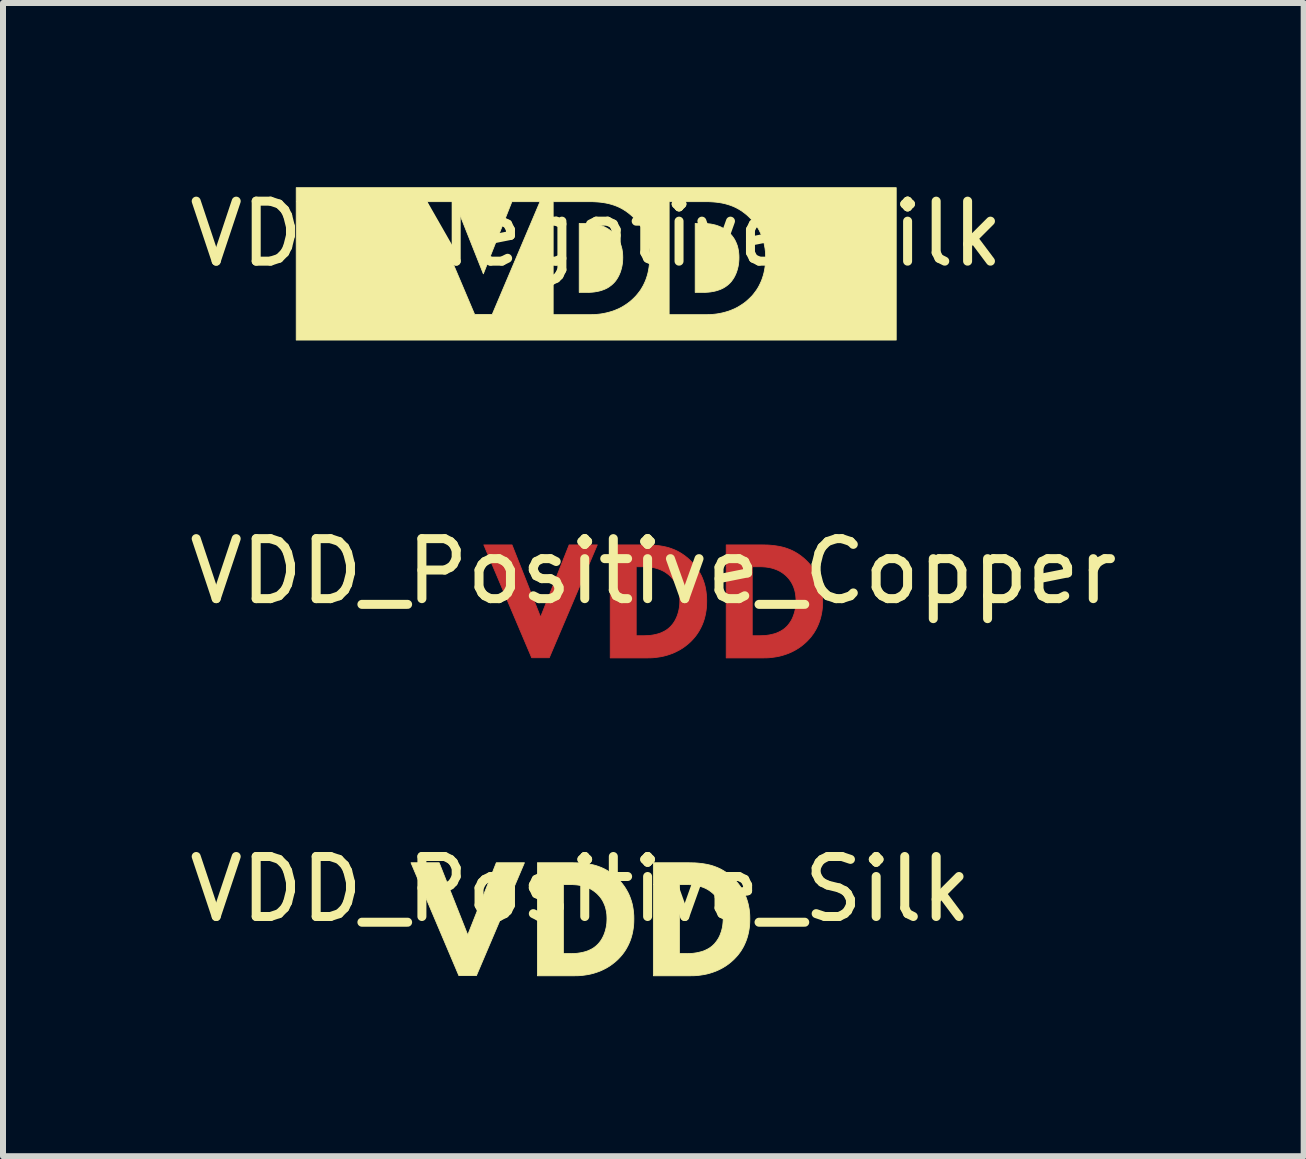
<source format=kicad_pcb>
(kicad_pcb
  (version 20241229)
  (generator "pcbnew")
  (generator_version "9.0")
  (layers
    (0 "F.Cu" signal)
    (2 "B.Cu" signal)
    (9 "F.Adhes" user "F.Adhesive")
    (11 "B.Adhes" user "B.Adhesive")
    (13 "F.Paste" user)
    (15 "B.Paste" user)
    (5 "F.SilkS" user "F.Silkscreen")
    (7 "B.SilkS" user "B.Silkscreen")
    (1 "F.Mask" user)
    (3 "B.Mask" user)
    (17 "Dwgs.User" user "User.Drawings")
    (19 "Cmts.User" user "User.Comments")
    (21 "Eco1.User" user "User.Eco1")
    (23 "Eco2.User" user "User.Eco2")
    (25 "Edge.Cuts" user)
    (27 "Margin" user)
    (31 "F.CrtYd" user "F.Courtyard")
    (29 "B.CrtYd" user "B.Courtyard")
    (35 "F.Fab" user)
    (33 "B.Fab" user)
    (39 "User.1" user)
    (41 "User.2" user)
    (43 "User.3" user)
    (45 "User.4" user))
  (footprint "VDD_Negative_Silk"
    (layer "F.Cu")
    (at 6.887 1.348)
    (property "Reference" "VDD_Negative_Silk" (at 0 -0.5 0) (unlocked yes) (layer "F.SilkS") (effects (font (size 1 1) (thickness 0.15))))
    (fp_poly (pts (xy 1.819 -0.673) (xy 1.846 -0.671) (xy 1.875 -0.668) (xy 1.904 -0.665) (xy 1.933 -0.66) (xy 1.963 -0.653) (xy 1.993 -0.646) (xy 2.023 -0.636) (xy 2.053 -0.625) (xy 2.083 -0.612) (xy 2.113 -0.596) (xy 2.142 -0.579) (xy 2.17 -0.559) (xy 2.198 -0.537) (xy 2.212 -0.524) (xy 2.225 -0.512) (xy 2.239 -0.497) (xy 2.253 -0.481) (xy 2.267 -0.464) (xy 2.28 -0.446) (xy 2.294 -0.427) (xy 2.307 -0.405) (xy 2.319 -0.383) (xy 2.33 -0.359) (xy 2.341 -0.333) (xy 2.351 -0.306) (xy 2.359 -0.277) (xy 2.366 -0.247) (xy 2.372 -0.214) (xy 2.376 -0.18) (xy 2.379 -0.144) (xy 2.38 -0.106) (xy 2.379 -0.067) (xy 2.376 -0.03) (xy 2.372 0.006) (xy 2.366 0.041) (xy 2.358 0.075) (xy 2.349 0.107) (xy 2.339 0.138) (xy 2.327 0.168) (xy 2.314 0.196) (xy 2.3 0.223) (xy 2.285 0.248) (xy 2.268 0.272) (xy 2.252 0.294) (xy 2.234 0.314) (xy 2.216 0.332) (xy 2.197 0.349) (xy 2.183 0.36) (xy 2.17 0.37) (xy 2.156 0.38) (xy 2.141 0.389) (xy 2.127 0.398) (xy 2.112 0.406) (xy 2.083 0.42) (xy 2.053 0.432) (xy 2.023 0.442) (xy 1.993 0.451) (xy 1.963 0.458) (xy 1.934 0.463) (xy 1.906 0.468) (xy 1.878 0.471) (xy 1.852 0.473) (xy 1.805 0.476) (xy 1.766 0.476) (xy 1.65 0.476) (xy 1.65 -0.674) (xy 1.766 -0.674)) (stroke (width 0.013) (type solid)) (fill yes) (layer "F.SilkS"))
    (fp_poly (pts (xy -0.116 -0.673) (xy -0.089 -0.671) (xy -0.061 -0.668) (xy -0.032 -0.665) (xy -0.003 -0.66) (xy 0.027 -0.653) (xy 0.057 -0.646) (xy 0.087 -0.636) (xy 0.117 -0.625) (xy 0.146 -0.612) (xy 0.176 -0.596) (xy 0.205 -0.579) (xy 0.233 -0.559) (xy 0.261 -0.537) (xy 0.275 -0.524) (xy 0.288 -0.512) (xy 0.302 -0.497) (xy 0.316 -0.481) (xy 0.33 -0.464) (xy 0.344 -0.446) (xy 0.357 -0.427) (xy 0.37 -0.405) (xy 0.382 -0.383) (xy 0.394 -0.359) (xy 0.404 -0.333) (xy 0.414 -0.306) (xy 0.422 -0.277) (xy 0.43 -0.247) (xy 0.435 -0.214) (xy 0.44 -0.18) (xy 0.442 -0.144) (xy 0.443 -0.106) (xy 0.442 -0.067) (xy 0.44 -0.03) (xy 0.435 0.006) (xy 0.429 0.041) (xy 0.421 0.075) (xy 0.412 0.107) (xy 0.402 0.138) (xy 0.39 0.168) (xy 0.377 0.196) (xy 0.363 0.223) (xy 0.348 0.248) (xy 0.332 0.272) (xy 0.315 0.294) (xy 0.297 0.314) (xy 0.279 0.332) (xy 0.26 0.349) (xy 0.247 0.36) (xy 0.233 0.37) (xy 0.22 0.38) (xy 0.206 0.389) (xy 0.192 0.398) (xy 0.177 0.406) (xy 0.148 0.42) (xy 0.118 0.432) (xy 0.089 0.442) (xy 0.059 0.451) (xy 0.029 0.458) (xy 0.000326 0.463) (xy -0.028 0.468) (xy -0.055 0.471) (xy -0.081 0.473) (xy -0.128 0.476) (xy -0.167 0.476) (xy -0.283 0.476) (xy -0.283 0.473) (xy -0.283 -0.674) (xy -0.167 -0.674)) (stroke (width 0.013) (type solid)) (fill yes) (layer "F.SilkS"))
    (fp_poly (pts (xy 5.001 1.27) (xy -5 1.27) (xy -5 0.847) (xy -0.717 0.847) (xy -0.107 0.847) (xy 1.216 0.847) (xy 1.826 0.847) (xy 1.892 0.845) (xy 1.93 0.843) (xy 1.971 0.839) (xy 2.014 0.834) (xy 2.06 0.826) (xy 2.108 0.816) (xy 2.157 0.803) (xy 2.207 0.788) (xy 2.259 0.768) (xy 2.311 0.746) (xy 2.363 0.719) (xy 2.415 0.687) (xy 2.467 0.652) (xy 2.517 0.611) (xy 2.542 0.588) (xy 2.567 0.564) (xy 2.596 0.535) (xy 2.623 0.503) (xy 2.648 0.47) (xy 2.673 0.436) (xy 2.696 0.4) (xy 2.717 0.362) (xy 2.736 0.323) (xy 2.754 0.283) (xy 2.77 0.24) (xy 2.784 0.196) (xy 2.796 0.151) (xy 2.806 0.104) (xy 2.814 0.055) (xy 2.82 0.004) (xy 2.823 -0.048) (xy 2.825 -0.102) (xy 2.823 -0.156) (xy 2.82 -0.209) (xy 2.814 -0.259) (xy 2.805 -0.308) (xy 2.795 -0.356) (xy 2.782 -0.401) (xy 2.768 -0.446) (xy 2.751 -0.488) (xy 2.732 -0.529) (xy 2.712 -0.569) (xy 2.689 -0.607) (xy 2.665 -0.644) (xy 2.64 -0.679) (xy 2.612 -0.713) (xy 2.583 -0.745) (xy 2.553 -0.776) (xy 2.51 -0.816) (xy 2.465 -0.852) (xy 2.421 -0.884) (xy 2.375 -0.912) (xy 2.329 -0.937) (xy 2.283 -0.958) (xy 2.236 -0.976) (xy 2.189 -0.991) (xy 2.142 -1.004) (xy 2.095 -1.014) (xy 2.047 -1.022) (xy 2 -1.028) (xy 1.953 -1.032) (xy 1.905 -1.035) (xy 1.859 -1.037) (xy 1.812 -1.037) (xy 1.216 -1.037) (xy 1.216 0.847) (xy -0.107 0.847) (xy -0.041 0.845) (xy -0.003 0.843) (xy 0.038 0.839) (xy 0.081 0.834) (xy 0.127 0.826) (xy 0.174 0.816) (xy 0.224 0.803) (xy 0.274 0.788) (xy 0.326 0.768) (xy 0.378 0.746) (xy 0.43 0.719) (xy 0.482 0.687) (xy 0.533 0.652) (xy 0.584 0.611) (xy 0.609 0.588) (xy 0.634 0.564) (xy 0.662 0.535) (xy 0.689 0.503) (xy 0.715 0.47) (xy 0.74 0.436) (xy 0.762 0.4) (xy 0.784 0.362) (xy 0.803 0.323) (xy 0.821 0.283) (xy 0.837 0.24) (xy 0.851 0.196) (xy 0.863 0.151) (xy 0.873 0.104) (xy 0.881 0.055) (xy 0.887 0.004) (xy 0.89 -0.048) (xy 0.891 -0.102) (xy 0.89 -0.156) (xy 0.887 -0.209) (xy 0.881 -0.259) (xy 0.872 -0.308) (xy 0.862 -0.356) (xy 0.849 -0.401) (xy 0.834 -0.446) (xy 0.818 -0.488) (xy 0.799 -0.529) (xy 0.779 -0.569) (xy 0.756 -0.607) (xy 0.732 -0.644) (xy 0.706 -0.679) (xy 0.679 -0.713) (xy 0.65 -0.745) (xy 0.62 -0.776) (xy 0.576 -0.816) (xy 0.532 -0.852) (xy 0.487 -0.884) (xy 0.442 -0.912) (xy 0.396 -0.937) (xy 0.35 -0.958) (xy 0.303 -0.976) (xy 0.256 -0.991) (xy 0.209 -1.004) (xy 0.161 -1.014) (xy 0.114 -1.022) (xy 0.067 -1.028) (xy 0.019 -1.032) (xy -0.028 -1.035) (xy -0.075 -1.037) (xy -0.121 -1.037) (xy -0.717 -1.037) (xy -0.717 0.847) (xy -5 0.847) (xy -5 -1.037) (xy -2.823 -1.037) (xy -2.026 0.843) (xy -1.733 0.843) (xy -0.936 -1.037) (xy -1.405 -1.037) (xy -1.881 0.166) (xy -2.358 -1.037) (xy -2.823 -1.037) (xy -5 -1.037) (xy -5 -1.27) (xy 5.001 -1.27)) (stroke (width 0.013) (type solid)) (fill yes) (layer "F.SilkS")))
  (footprint "VDD_Positive_Copper"
    (layer "F.Cu")
    (at 7.839 6.973)
    (property "Reference" "VDD_Positive_Copper" (at 0 -0.5 0) (unlocked yes) (layer "F.SilkS") (effects (font (size 1 1) (thickness 0.15))))
    (fp_poly (pts (xy -1.879 0.262) (xy -1.403 -0.941) (xy -0.934 -0.941) (xy -1.734 0.94) (xy -2.027 0.94) (xy -2.825 -0.941) (xy -2.355 -0.941)) (stroke (width 0.013) (type solid)) (fill yes) (layer "F.Cu"))
    (fp_poly (pts (xy 1.857 -0.94) (xy 1.904 -0.939) (xy 1.951 -0.936) (xy 1.999 -0.931) (xy 2.046 -0.925) (xy 2.093 -0.917) (xy 2.141 -0.907) (xy 2.188 -0.895) (xy 2.235 -0.879) (xy 2.282 -0.861) (xy 2.328 -0.84) (xy 2.374 -0.815) (xy 2.419 -0.787) (xy 2.464 -0.755) (xy 2.508 -0.72) (xy 2.552 -0.679) (xy 2.582 -0.648) (xy 2.611 -0.616) (xy 2.638 -0.582) (xy 2.664 -0.547) (xy 2.688 -0.51) (xy 2.711 -0.472) (xy 2.731 -0.433) (xy 2.75 -0.391) (xy 2.767 -0.349) (xy 2.781 -0.305) (xy 2.794 -0.259) (xy 2.804 -0.212) (xy 2.813 -0.163) (xy 2.819 -0.112) (xy 2.822 -0.06) (xy 2.823 -0.006) (xy 2.822 0.048) (xy 2.819 0.101) (xy 2.813 0.151) (xy 2.805 0.2) (xy 2.795 0.247) (xy 2.783 0.293) (xy 2.769 0.337) (xy 2.753 0.379) (xy 2.735 0.42) (xy 2.716 0.459) (xy 2.694 0.497) (xy 2.672 0.533) (xy 2.647 0.567) (xy 2.622 0.6) (xy 2.594 0.631) (xy 2.566 0.661) (xy 2.541 0.685) (xy 2.516 0.707) (xy 2.466 0.748) (xy 2.414 0.784) (xy 2.362 0.815) (xy 2.31 0.842) (xy 2.258 0.865) (xy 2.206 0.884) (xy 2.156 0.9) (xy 2.107 0.913) (xy 2.059 0.923) (xy 2.013 0.93) (xy 1.97 0.936) (xy 1.929 0.94) (xy 1.891 0.942) (xy 1.825 0.943) (xy 1.215 0.943) (xy 1.215 0.573) (xy 1.649 0.573) (xy 1.765 0.573) (xy 1.804 0.572) (xy 1.851 0.57) (xy 1.877 0.568) (xy 1.904 0.564) (xy 1.933 0.56) (xy 1.962 0.554) (xy 1.991 0.547) (xy 2.022 0.539) (xy 2.052 0.529) (xy 2.082 0.516) (xy 2.111 0.502) (xy 2.126 0.494) (xy 2.14 0.486) (xy 2.154 0.477) (xy 2.168 0.467) (xy 2.182 0.457) (xy 2.196 0.446) (xy 2.214 0.429) (xy 2.233 0.411) (xy 2.25 0.39) (xy 2.267 0.368) (xy 2.283 0.345) (xy 2.299 0.32) (xy 2.313 0.293) (xy 2.326 0.265) (xy 2.337 0.235) (xy 2.348 0.204) (xy 2.357 0.172) (xy 2.365 0.138) (xy 2.371 0.103) (xy 2.375 0.067) (xy 2.378 0.029) (xy 2.379 -0.009) (xy 2.378 -0.047) (xy 2.375 -0.083) (xy 2.371 -0.118) (xy 2.365 -0.15) (xy 2.358 -0.181) (xy 2.349 -0.209) (xy 2.34 -0.237) (xy 2.329 -0.262) (xy 2.318 -0.286) (xy 2.305 -0.309) (xy 2.293 -0.33) (xy 2.279 -0.349) (xy 2.266 -0.368) (xy 2.252 -0.385) (xy 2.238 -0.4) (xy 2.224 -0.415) (xy 2.21 -0.428) (xy 2.197 -0.44) (xy 2.169 -0.462) (xy 2.141 -0.482) (xy 2.111 -0.5) (xy 2.082 -0.515) (xy 2.052 -0.528) (xy 2.022 -0.539) (xy 1.992 -0.549) (xy 1.962 -0.557) (xy 1.932 -0.563) (xy 1.902 -0.568) (xy 1.874 -0.572) (xy 1.845 -0.574) (xy 1.818 -0.576) (xy 1.765 -0.577) (xy 1.649 -0.577) (xy 1.649 0.573) (xy 1.215 0.573) (xy 1.215 -0.941) (xy 1.811 -0.941)) (stroke (width 0.013) (type solid)) (fill yes) (layer "F.Cu"))
    (fp_poly (pts (xy -0.076 -0.94) (xy -0.029 -0.939) (xy 0.018 -0.936) (xy 0.065 -0.931) (xy 0.113 -0.925) (xy 0.16 -0.917) (xy 0.208 -0.907) (xy 0.255 -0.895) (xy 0.302 -0.879) (xy 0.349 -0.861) (xy 0.395 -0.84) (xy 0.441 -0.815) (xy 0.486 -0.787) (xy 0.531 -0.755) (xy 0.575 -0.72) (xy 0.619 -0.679) (xy 0.649 -0.648) (xy 0.678 -0.616) (xy 0.705 -0.582) (xy 0.731 -0.547) (xy 0.755 -0.51) (xy 0.777 -0.472) (xy 0.798 -0.433) (xy 0.817 -0.391) (xy 0.833 -0.349) (xy 0.848 -0.305) (xy 0.861 -0.259) (xy 0.871 -0.212) (xy 0.879 -0.163) (xy 0.885 -0.112) (xy 0.889 -0.06) (xy 0.89 -0.006) (xy 0.889 0.048) (xy 0.886 0.101) (xy 0.88 0.151) (xy 0.872 0.2) (xy 0.862 0.247) (xy 0.85 0.293) (xy 0.836 0.337) (xy 0.82 0.379) (xy 0.802 0.42) (xy 0.782 0.459) (xy 0.761 0.497) (xy 0.738 0.533) (xy 0.714 0.567) (xy 0.688 0.6) (xy 0.661 0.631) (xy 0.633 0.661) (xy 0.608 0.685) (xy 0.583 0.707) (xy 0.532 0.748) (xy 0.481 0.784) (xy 0.429 0.815) (xy 0.376 0.842) (xy 0.325 0.865) (xy 0.273 0.884) (xy 0.223 0.9) (xy 0.173 0.913) (xy 0.126 0.923) (xy 0.08 0.93) (xy 0.036 0.936) (xy -0.004 0.94) (xy -0.042 0.942) (xy -0.108 0.943) (xy -0.718 0.943) (xy -0.718 0.573) (xy -0.285 0.573) (xy -0.168 0.573) (xy -0.129 0.572) (xy -0.082 0.57) (xy -0.056 0.568) (xy -0.029 0.564) (xy -0.001 0.56) (xy 0.028 0.554) (xy 0.058 0.547) (xy 0.087 0.539) (xy 0.117 0.529) (xy 0.147 0.516) (xy 0.176 0.502) (xy 0.191 0.494) (xy 0.205 0.486) (xy 0.219 0.477) (xy 0.232 0.467) (xy 0.246 0.457) (xy 0.259 0.446) (xy 0.278 0.429) (xy 0.296 0.411) (xy 0.314 0.39) (xy 0.331 0.368) (xy 0.347 0.345) (xy 0.362 0.32) (xy 0.376 0.293) (xy 0.389 0.265) (xy 0.401 0.235) (xy 0.411 0.204) (xy 0.42 0.172) (xy 0.428 0.138) (xy 0.434 0.103) (xy 0.439 0.067) (xy 0.441 0.029) (xy 0.442 -0.009) (xy 0.441 -0.047) (xy 0.439 -0.083) (xy 0.434 -0.118) (xy 0.428 -0.15) (xy 0.421 -0.181) (xy 0.413 -0.209) (xy 0.403 -0.237) (xy 0.392 -0.262) (xy 0.381 -0.286) (xy 0.369 -0.309) (xy 0.356 -0.33) (xy 0.343 -0.349) (xy 0.329 -0.368) (xy 0.315 -0.385) (xy 0.301 -0.4) (xy 0.287 -0.415) (xy 0.274 -0.428) (xy 0.26 -0.44) (xy 0.232 -0.462) (xy 0.204 -0.482) (xy 0.175 -0.5) (xy 0.145 -0.515) (xy 0.115 -0.528) (xy 0.085 -0.539) (xy 0.055 -0.549) (xy 0.026 -0.557) (xy -0.004 -0.563) (xy -0.033 -0.568) (xy -0.062 -0.572) (xy -0.09 -0.574) (xy -0.117 -0.576) (xy -0.168 -0.577) (xy -0.285 -0.577) (xy -0.285 0.569) (xy -0.285 0.573) (xy -0.718 0.573) (xy -0.718 -0.941) (xy -0.122 -0.941)) (stroke (width 0.013) (type solid)) (fill yes) (layer "F.Cu")))
  (footprint "VDD_Positive_Silk"
    (layer "F.Cu")
    (at 6.625 12.271)
    (property "Reference" "VDD_Positive_Silk" (at 0 -0.5 0) (unlocked yes) (layer "F.SilkS") (effects (font (size 1 1) (thickness 0.15))))
    (fp_poly (pts (xy -1.879 0.262) (xy -1.403 -0.941) (xy -0.934 -0.941) (xy -1.734 0.94) (xy -2.027 0.94) (xy -2.825 -0.941) (xy -2.355 -0.941)) (stroke (width 0.013) (type solid)) (fill yes) (layer "F.SilkS"))
    (fp_poly (pts (xy 1.857 -0.94) (xy 1.904 -0.939) (xy 1.951 -0.936) (xy 1.999 -0.931) (xy 2.046 -0.925) (xy 2.093 -0.917) (xy 2.141 -0.907) (xy 2.188 -0.895) (xy 2.235 -0.879) (xy 2.282 -0.861) (xy 2.328 -0.84) (xy 2.374 -0.815) (xy 2.419 -0.787) (xy 2.464 -0.755) (xy 2.508 -0.72) (xy 2.552 -0.679) (xy 2.582 -0.648) (xy 2.611 -0.616) (xy 2.638 -0.582) (xy 2.664 -0.547) (xy 2.688 -0.51) (xy 2.711 -0.472) (xy 2.731 -0.433) (xy 2.75 -0.391) (xy 2.767 -0.349) (xy 2.781 -0.305) (xy 2.794 -0.259) (xy 2.804 -0.212) (xy 2.813 -0.163) (xy 2.819 -0.112) (xy 2.822 -0.06) (xy 2.823 -0.006) (xy 2.822 0.048) (xy 2.819 0.101) (xy 2.813 0.151) (xy 2.805 0.2) (xy 2.795 0.247) (xy 2.783 0.293) (xy 2.769 0.337) (xy 2.753 0.379) (xy 2.735 0.42) (xy 2.716 0.459) (xy 2.694 0.497) (xy 2.672 0.533) (xy 2.647 0.567) (xy 2.622 0.6) (xy 2.594 0.631) (xy 2.566 0.661) (xy 2.541 0.685) (xy 2.516 0.707) (xy 2.466 0.748) (xy 2.414 0.784) (xy 2.362 0.815) (xy 2.31 0.842) (xy 2.258 0.865) (xy 2.206 0.884) (xy 2.156 0.9) (xy 2.107 0.913) (xy 2.059 0.923) (xy 2.013 0.93) (xy 1.97 0.936) (xy 1.929 0.94) (xy 1.891 0.942) (xy 1.825 0.943) (xy 1.215 0.943) (xy 1.215 0.573) (xy 1.649 0.573) (xy 1.765 0.573) (xy 1.804 0.572) (xy 1.851 0.57) (xy 1.877 0.568) (xy 1.904 0.564) (xy 1.933 0.56) (xy 1.962 0.554) (xy 1.991 0.547) (xy 2.022 0.539) (xy 2.052 0.529) (xy 2.082 0.516) (xy 2.111 0.502) (xy 2.126 0.494) (xy 2.14 0.486) (xy 2.154 0.477) (xy 2.168 0.467) (xy 2.182 0.457) (xy 2.196 0.446) (xy 2.214 0.429) (xy 2.233 0.411) (xy 2.25 0.39) (xy 2.267 0.368) (xy 2.283 0.345) (xy 2.299 0.32) (xy 2.313 0.293) (xy 2.326 0.265) (xy 2.337 0.235) (xy 2.348 0.204) (xy 2.357 0.172) (xy 2.365 0.138) (xy 2.371 0.103) (xy 2.375 0.067) (xy 2.378 0.029) (xy 2.379 -0.009) (xy 2.378 -0.047) (xy 2.375 -0.083) (xy 2.371 -0.118) (xy 2.365 -0.15) (xy 2.358 -0.181) (xy 2.349 -0.209) (xy 2.34 -0.237) (xy 2.329 -0.262) (xy 2.318 -0.286) (xy 2.305 -0.309) (xy 2.293 -0.33) (xy 2.279 -0.349) (xy 2.266 -0.368) (xy 2.252 -0.385) (xy 2.238 -0.4) (xy 2.224 -0.415) (xy 2.21 -0.428) (xy 2.197 -0.44) (xy 2.169 -0.462) (xy 2.141 -0.482) (xy 2.111 -0.5) (xy 2.082 -0.515) (xy 2.052 -0.528) (xy 2.022 -0.539) (xy 1.992 -0.549) (xy 1.962 -0.557) (xy 1.932 -0.563) (xy 1.902 -0.568) (xy 1.874 -0.572) (xy 1.845 -0.574) (xy 1.818 -0.576) (xy 1.765 -0.577) (xy 1.649 -0.577) (xy 1.649 0.573) (xy 1.215 0.573) (xy 1.215 -0.941) (xy 1.811 -0.941)) (stroke (width 0.013) (type solid)) (fill yes) (layer "F.SilkS"))
    (fp_poly (pts (xy -0.076 -0.94) (xy -0.029 -0.939) (xy 0.018 -0.936) (xy 0.065 -0.931) (xy 0.113 -0.925) (xy 0.16 -0.917) (xy 0.208 -0.907) (xy 0.255 -0.895) (xy 0.302 -0.879) (xy 0.349 -0.861) (xy 0.395 -0.84) (xy 0.441 -0.815) (xy 0.486 -0.787) (xy 0.531 -0.755) (xy 0.575 -0.72) (xy 0.619 -0.679) (xy 0.649 -0.648) (xy 0.678 -0.616) (xy 0.705 -0.582) (xy 0.731 -0.547) (xy 0.755 -0.51) (xy 0.777 -0.472) (xy 0.798 -0.433) (xy 0.817 -0.391) (xy 0.833 -0.349) (xy 0.848 -0.305) (xy 0.861 -0.259) (xy 0.871 -0.212) (xy 0.879 -0.163) (xy 0.885 -0.112) (xy 0.889 -0.06) (xy 0.89 -0.006) (xy 0.889 0.048) (xy 0.886 0.101) (xy 0.88 0.151) (xy 0.872 0.2) (xy 0.862 0.247) (xy 0.85 0.293) (xy 0.836 0.337) (xy 0.82 0.379) (xy 0.802 0.42) (xy 0.782 0.459) (xy 0.761 0.497) (xy 0.738 0.533) (xy 0.714 0.567) (xy 0.688 0.6) (xy 0.661 0.631) (xy 0.633 0.661) (xy 0.608 0.685) (xy 0.583 0.707) (xy 0.532 0.748) (xy 0.481 0.784) (xy 0.429 0.815) (xy 0.376 0.842) (xy 0.325 0.865) (xy 0.273 0.884) (xy 0.223 0.9) (xy 0.173 0.913) (xy 0.126 0.923) (xy 0.08 0.93) (xy 0.036 0.936) (xy -0.004 0.94) (xy -0.042 0.942) (xy -0.108 0.943) (xy -0.718 0.943) (xy -0.718 0.573) (xy -0.285 0.573) (xy -0.168 0.573) (xy -0.129 0.572) (xy -0.082 0.57) (xy -0.056 0.568) (xy -0.029 0.564) (xy -0.001 0.56) (xy 0.028 0.554) (xy 0.058 0.547) (xy 0.087 0.539) (xy 0.117 0.529) (xy 0.147 0.516) (xy 0.176 0.502) (xy 0.191 0.494) (xy 0.205 0.486) (xy 0.219 0.477) (xy 0.232 0.467) (xy 0.246 0.457) (xy 0.259 0.446) (xy 0.278 0.429) (xy 0.296 0.411) (xy 0.314 0.39) (xy 0.331 0.368) (xy 0.347 0.345) (xy 0.362 0.32) (xy 0.376 0.293) (xy 0.389 0.265) (xy 0.401 0.235) (xy 0.411 0.204) (xy 0.42 0.172) (xy 0.428 0.138) (xy 0.434 0.103) (xy 0.439 0.067) (xy 0.441 0.029) (xy 0.442 -0.009) (xy 0.441 -0.047) (xy 0.439 -0.083) (xy 0.434 -0.118) (xy 0.428 -0.15) (xy 0.421 -0.181) (xy 0.413 -0.209) (xy 0.403 -0.237) (xy 0.392 -0.262) (xy 0.381 -0.286) (xy 0.369 -0.309) (xy 0.356 -0.33) (xy 0.343 -0.349) (xy 0.329 -0.368) (xy 0.315 -0.385) (xy 0.301 -0.4) (xy 0.287 -0.415) (xy 0.274 -0.428) (xy 0.26 -0.44) (xy 0.232 -0.462) (xy 0.204 -0.482) (xy 0.175 -0.5) (xy 0.145 -0.515) (xy 0.115 -0.528) (xy 0.085 -0.539) (xy 0.055 -0.549) (xy 0.026 -0.557) (xy -0.004 -0.563) (xy -0.033 -0.568) (xy -0.062 -0.572) (xy -0.09 -0.574) (xy -0.117 -0.576) (xy -0.168 -0.577) (xy -0.285 -0.577) (xy -0.285 0.569) (xy -0.285 0.573) (xy -0.718 0.573) (xy -0.718 -0.941) (xy -0.122 -0.941)) (stroke (width 0.013) (type solid)) (fill yes) (layer "F.SilkS")))
  (gr_rect
    (start -3 -3)
    (end 18.679 16.221)
    (stroke (width 0.1) (type default))
    (fill no)
    (layer "Edge.Cuts")))
</source>
